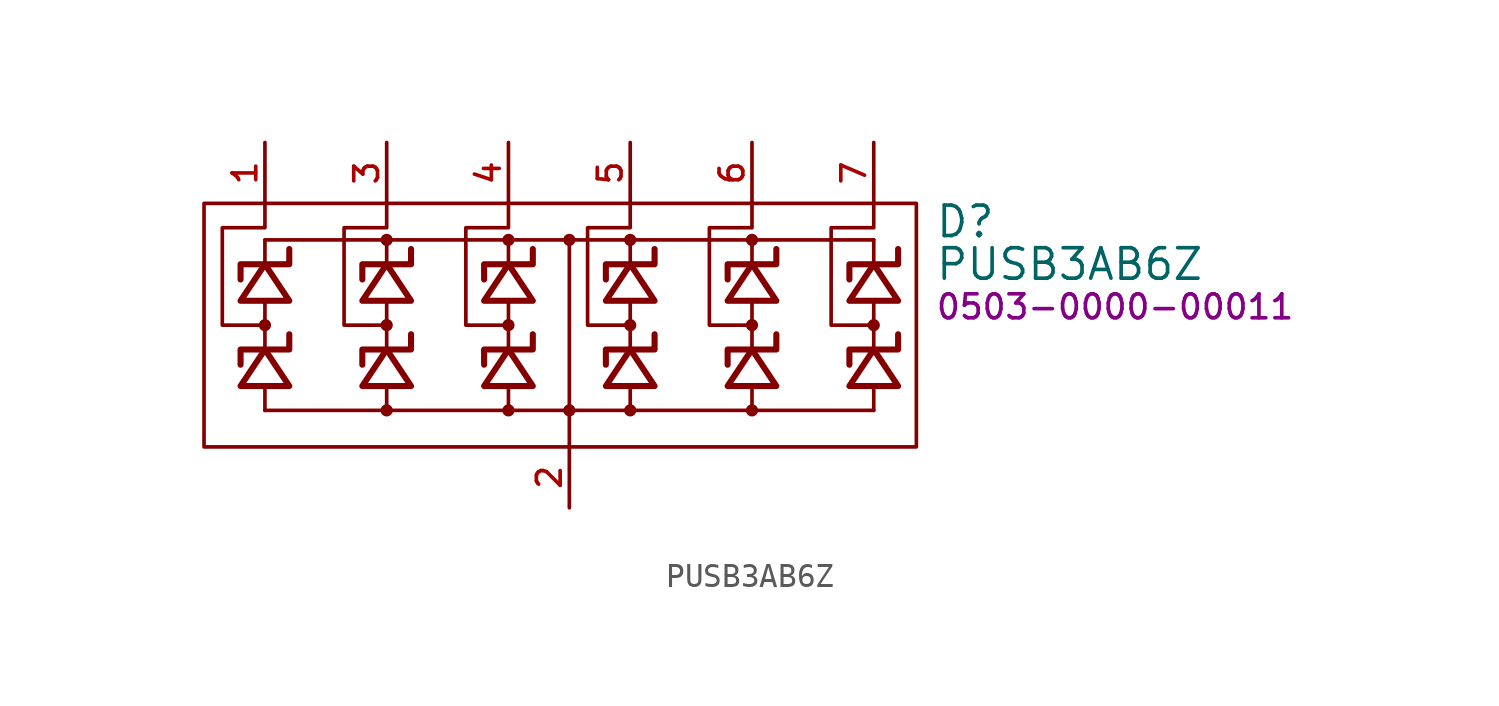
<source format=kicad_sym>
(kicad_symbol_lib
  (version 20231120)
  (generator "kicad_symbol_editor")
  (generator_version "8.0")
  (symbol "PUSB3AB6Z"
    (property "Reference" "D"
      (at 20.32 4.318 0)
      (effects (font (size 1.27 1.27)) (justify left)))
    (property "Value" "PUSB3AB6Z"
      (at 20.32 2.54 0)
      (effects (font (size 1.27 1.27)) (justify left)))
    (property "PartNumber" "0503-0000-00011"
      (at 20.32 0.762 0)
      (effects (font (size 1 1)) (justify left)))
    (symbol "PUSB3AB6Z_0_0"
      (pin passive line (at -7.62 7.62 270) (length 2.54) (name "CH1" (effects (font (size 0 0)))) (number "1" (effects (font (size 0.991 0.991)))))
      (pin power_in line (at 5.08 -7.62 90) (length 2.54) (name "GND" (effects (font (size 0 0)))) (number "2" (effects (font (size 0.991 0.991)))))
      (pin passive line (at -2.54 7.62 270) (length 2.54) (name "CH2" (effects (font (size 0 0)))) (number "3" (effects (font (size 0.991 0.991)))))
      (pin passive line (at 2.54 7.62 270) (length 2.54) (name "CH3" (effects (font (size 0 0)))) (number "4" (effects (font (size 0.991 0.991)))))
      (pin passive line (at 7.62 7.62 270) (length 2.54) (name "CH4" (effects (font (size 0 0)))) (number "5" (effects (font (size 0.991 0.991)))))
      (pin passive line (at 12.7 7.62 270) (length 2.54) (name "CH5" (effects (font (size 0 0)))) (number "6" (effects (font (size 0.991 0.991)))))
      (pin passive line (at 17.78 7.62 270) (length 2.54) (name "CH6" (effects (font (size 0 0)))) (number "7" (effects (font (size 0.991 0.991))))))
    (symbol "PUSB3AB6Z_0_1"
      (rectangle (start -10.16 5.08) (end 19.558 -5.08) (stroke (width 0) (type default)) (fill (type none)))
      (polyline (pts (xy -7.62 -3.556) (xy -7.62 -2.54)) (stroke (width 0) (type default)) (fill (type none)))
      (polyline (pts (xy -7.62 -3.556) (xy 17.78 -3.556)) (stroke (width 0) (type default)) (fill (type none)))
      (polyline (pts (xy -7.62 0) (xy -7.62 -1.016)) (stroke (width 0) (type default)) (fill (type none)))
      (polyline (pts (xy -7.62 2.54) (xy -7.62 3.556)) (stroke (width 0) (type default)) (fill (type none)))
      (polyline (pts (xy -7.62 3.556) (xy 17.78 3.556)) (stroke (width 0) (type default)) (fill (type none)))
      (polyline (pts (xy -2.54 -3.556) (xy -2.54 -2.54)) (stroke (width 0) (type default)) (fill (type none)))
      (polyline (pts (xy -2.54 0) (xy -2.54 -1.016)) (stroke (width 0) (type default)) (fill (type none)))
      (polyline (pts (xy -2.54 2.54) (xy -2.54 3.556)) (stroke (width 0) (type default)) (fill (type none)))
      (polyline (pts (xy 2.54 -3.556) (xy 2.54 -2.54)) (stroke (width 0) (type default)) (fill (type none)))
      (polyline (pts (xy 2.54 0) (xy 2.54 -1.016)) (stroke (width 0) (type default)) (fill (type none)))
      (polyline (pts (xy 2.54 2.54) (xy 2.54 3.556)) (stroke (width 0) (type default)) (fill (type none)))
      (polyline (pts (xy 5.08 -5.08) (xy 5.08 -3.556)) (stroke (width 0) (type default)) (fill (type none)))
      (polyline (pts (xy 5.08 -3.556) (xy 5.08 3.556)) (stroke (width 0) (type default)) (fill (type none)))
      (polyline (pts (xy 7.62 -3.556) (xy 7.62 -2.54)) (stroke (width 0) (type default)) (fill (type none)))
      (polyline (pts (xy 7.62 0) (xy 7.62 -1.016)) (stroke (width 0) (type default)) (fill (type none)))
      (polyline (pts (xy 7.62 2.54) (xy 7.62 3.556)) (stroke (width 0) (type default)) (fill (type none)))
      (polyline (pts (xy 12.7 -3.556) (xy 12.7 -2.54)) (stroke (width 0) (type default)) (fill (type none)))
      (polyline (pts (xy 12.7 0) (xy 12.7 -1.016)) (stroke (width 0) (type default)) (fill (type none)))
      (polyline (pts (xy 12.7 2.54) (xy 12.7 3.556)) (stroke (width 0) (type default)) (fill (type none)))
      (polyline (pts (xy 17.78 -3.556) (xy 17.78 -2.54)) (stroke (width 0) (type default)) (fill (type none)))
      (polyline (pts (xy 17.78 0) (xy 17.78 -1.016)) (stroke (width 0) (type default)) (fill (type none)))
      (polyline (pts (xy 17.78 2.54) (xy 17.78 3.556)) (stroke (width 0) (type default)) (fill (type none)))
      (polyline (pts (xy -8.636 -2.54) (xy -7.62 -1.016) (xy -6.604 -2.54) (xy -8.636 -2.54)) (stroke (width 0.254) (type default)) (fill (type none)))
      (polyline (pts (xy -8.636 1.016) (xy -7.62 2.54) (xy -6.604 1.016) (xy -8.636 1.016)) (stroke (width 0.254) (type default)) (fill (type none)))
      (polyline (pts (xy -3.556 -2.54) (xy -2.54 -1.016) (xy -1.524 -2.54) (xy -3.556 -2.54)) (stroke (width 0.254) (type default)) (fill (type none)))
      (polyline (pts (xy -3.556 1.016) (xy -2.54 2.54) (xy -1.524 1.016) (xy -3.556 1.016)) (stroke (width 0.254) (type default)) (fill (type none)))
      (polyline (pts (xy 1.524 -2.54) (xy 2.54 -1.016) (xy 3.556 -2.54) (xy 1.524 -2.54)) (stroke (width 0.254) (type default)) (fill (type none)))
      (polyline (pts (xy 1.524 1.016) (xy 2.54 2.54) (xy 3.556 1.016) (xy 1.524 1.016)) (stroke (width 0.254) (type default)) (fill (type none)))
      (polyline (pts (xy 6.604 -2.54) (xy 7.62 -1.016) (xy 8.636 -2.54) (xy 6.604 -2.54)) (stroke (width 0.254) (type default)) (fill (type none)))
      (polyline (pts (xy 6.604 1.016) (xy 7.62 2.54) (xy 8.636 1.016) (xy 6.604 1.016)) (stroke (width 0.254) (type default)) (fill (type none)))
      (polyline (pts (xy 11.684 -2.54) (xy 12.7 -1.016) (xy 13.716 -2.54) (xy 11.684 -2.54)) (stroke (width 0.254) (type default)) (fill (type none)))
      (polyline (pts (xy 11.684 1.016) (xy 12.7 2.54) (xy 13.716 1.016) (xy 11.684 1.016)) (stroke (width 0.254) (type default)) (fill (type none)))
      (polyline (pts (xy 16.764 -2.54) (xy 17.78 -1.016) (xy 18.796 -2.54) (xy 16.764 -2.54)) (stroke (width 0.254) (type default)) (fill (type none)))
      (polyline (pts (xy 16.764 1.016) (xy 17.78 2.54) (xy 18.796 1.016) (xy 16.764 1.016)) (stroke (width 0.254) (type default)) (fill (type none)))
      (polyline (pts (xy -7.62 5.08) (xy -7.62 4.064) (xy -9.398 4.064) (xy -9.398 0) (xy -7.62 0) (xy -7.62 1.016)) (stroke (width 0) (type default)) (fill (type none)))
      (polyline (pts (xy -6.604 -0.381) (xy -6.604 -0.508) (xy -6.604 -1.016) (xy -8.636 -1.016) (xy -8.636 -1.524) (xy -8.636 -1.651)) (stroke (width 0.254) (type default)) (fill (type none)))
      (polyline (pts (xy -6.604 3.175) (xy -6.604 3.048) (xy -6.604 2.54) (xy -8.636 2.54) (xy -8.636 2.032) (xy -8.636 1.905)) (stroke (width 0.254) (type default)) (fill (type none)))
      (polyline (pts (xy -2.54 5.08) (xy -2.54 4.064) (xy -4.318 4.064) (xy -4.318 0) (xy -2.54 0) (xy -2.54 1.016)) (stroke (width 0) (type default)) (fill (type none)))
      (polyline (pts (xy -1.524 -0.381) (xy -1.524 -0.508) (xy -1.524 -1.016) (xy -3.556 -1.016) (xy -3.556 -1.524) (xy -3.556 -1.651)) (stroke (width 0.254) (type default)) (fill (type none)))
      (polyline (pts (xy -1.524 3.175) (xy -1.524 3.048) (xy -1.524 2.54) (xy -3.556 2.54) (xy -3.556 2.032) (xy -3.556 1.905)) (stroke (width 0.254) (type default)) (fill (type none)))
      (polyline (pts (xy 2.54 5.08) (xy 2.54 4.064) (xy 0.762 4.064) (xy 0.762 0) (xy 2.54 0) (xy 2.54 1.016)) (stroke (width 0) (type default)) (fill (type none)))
      (polyline (pts (xy 3.556 -0.381) (xy 3.556 -0.508) (xy 3.556 -1.016) (xy 1.524 -1.016) (xy 1.524 -1.524) (xy 1.524 -1.651)) (stroke (width 0.254) (type default)) (fill (type none)))
      (polyline (pts (xy 3.556 3.175) (xy 3.556 3.048) (xy 3.556 2.54) (xy 1.524 2.54) (xy 1.524 2.032) (xy 1.524 1.905)) (stroke (width 0.254) (type default)) (fill (type none)))
      (polyline (pts (xy 7.62 5.08) (xy 7.62 4.064) (xy 5.842 4.064) (xy 5.842 0) (xy 7.62 0) (xy 7.62 1.016)) (stroke (width 0) (type default)) (fill (type none)))
      (polyline (pts (xy 8.636 -0.381) (xy 8.636 -0.508) (xy 8.636 -1.016) (xy 6.604 -1.016) (xy 6.604 -1.524) (xy 6.604 -1.651)) (stroke (width 0.254) (type default)) (fill (type none)))
      (polyline (pts (xy 8.636 3.175) (xy 8.636 3.048) (xy 8.636 2.54) (xy 6.604 2.54) (xy 6.604 2.032) (xy 6.604 1.905)) (stroke (width 0.254) (type default)) (fill (type none)))
      (polyline (pts (xy 12.7 5.08) (xy 12.7 4.064) (xy 10.922 4.064) (xy 10.922 0) (xy 12.7 0) (xy 12.7 1.016)) (stroke (width 0) (type default)) (fill (type none)))
      (polyline (pts (xy 13.716 -0.381) (xy 13.716 -0.508) (xy 13.716 -1.016) (xy 11.684 -1.016) (xy 11.684 -1.524) (xy 11.684 -1.651)) (stroke (width 0.254) (type default)) (fill (type none)))
      (polyline (pts (xy 13.716 3.175) (xy 13.716 3.048) (xy 13.716 2.54) (xy 11.684 2.54) (xy 11.684 2.032) (xy 11.684 1.905)) (stroke (width 0.254) (type default)) (fill (type none)))
      (polyline (pts (xy 17.78 5.08) (xy 17.78 4.064) (xy 16.002 4.064) (xy 16.002 0) (xy 17.78 0) (xy 17.78 1.016)) (stroke (width 0) (type default)) (fill (type none)))
      (polyline (pts (xy 18.796 -0.381) (xy 18.796 -0.508) (xy 18.796 -1.016) (xy 16.764 -1.016) (xy 16.764 -1.524) (xy 16.764 -1.651)) (stroke (width 0.254) (type default)) (fill (type none)))
      (polyline (pts (xy 18.796 3.175) (xy 18.796 3.048) (xy 18.796 2.54) (xy 16.764 2.54) (xy 16.764 2.032) (xy 16.764 1.905)) (stroke (width 0.254) (type default)) (fill (type none))))
    (symbol "PUSB3AB6Z_1_1"
      (circle (center -7.62 0) (radius 0.254) (stroke (width -0.0001) (type default)) (fill (type outline)))
      (circle (center -2.54 -3.556) (radius 0.254) (stroke (width -0.0001) (type default)) (fill (type outline)))
      (circle (center -2.54 0) (radius 0.254) (stroke (width -0.0001) (type default)) (fill (type outline)))
      (circle (center -2.54 3.556) (radius 0.254) (stroke (width -0.0001) (type default)) (fill (type outline)))
      (circle (center 2.54 -3.556) (radius 0.254) (stroke (width -0.0001) (type default)) (fill (type outline)))
      (circle (center 2.54 0) (radius 0.254) (stroke (width -0.0001) (type default)) (fill (type outline)))
      (circle (center 2.54 3.556) (radius 0.254) (stroke (width -0.0001) (type default)) (fill (type outline)))
      (circle (center 5.08 -3.556) (radius 0.254) (stroke (width -0.0001) (type default)) (fill (type outline)))
      (circle (center 5.08 3.556) (radius 0.254) (stroke (width -0.0001) (type default)) (fill (type outline)))
      (circle (center 7.62 -3.556) (radius 0.254) (stroke (width -0.0001) (type default)) (fill (type outline)))
      (circle (center 7.62 0) (radius 0.254) (stroke (width -0.0001) (type default)) (fill (type outline)))
      (circle (center 7.62 3.556) (radius 0.254) (stroke (width -0.0001) (type default)) (fill (type outline)))
      (circle (center 12.7 -3.556) (radius 0.254) (stroke (width -0.0001) (type default)) (fill (type outline)))
      (circle (center 12.7 0) (radius 0.254) (stroke (width -0.0001) (type default)) (fill (type outline)))
      (circle (center 12.7 3.556) (radius 0.254) (stroke (width -0.0001) (type default)) (fill (type outline)))
      (circle (center 17.78 0) (radius 0.254) (stroke (width -0.0001) (type default)) (fill (type outline))))))
</source>
